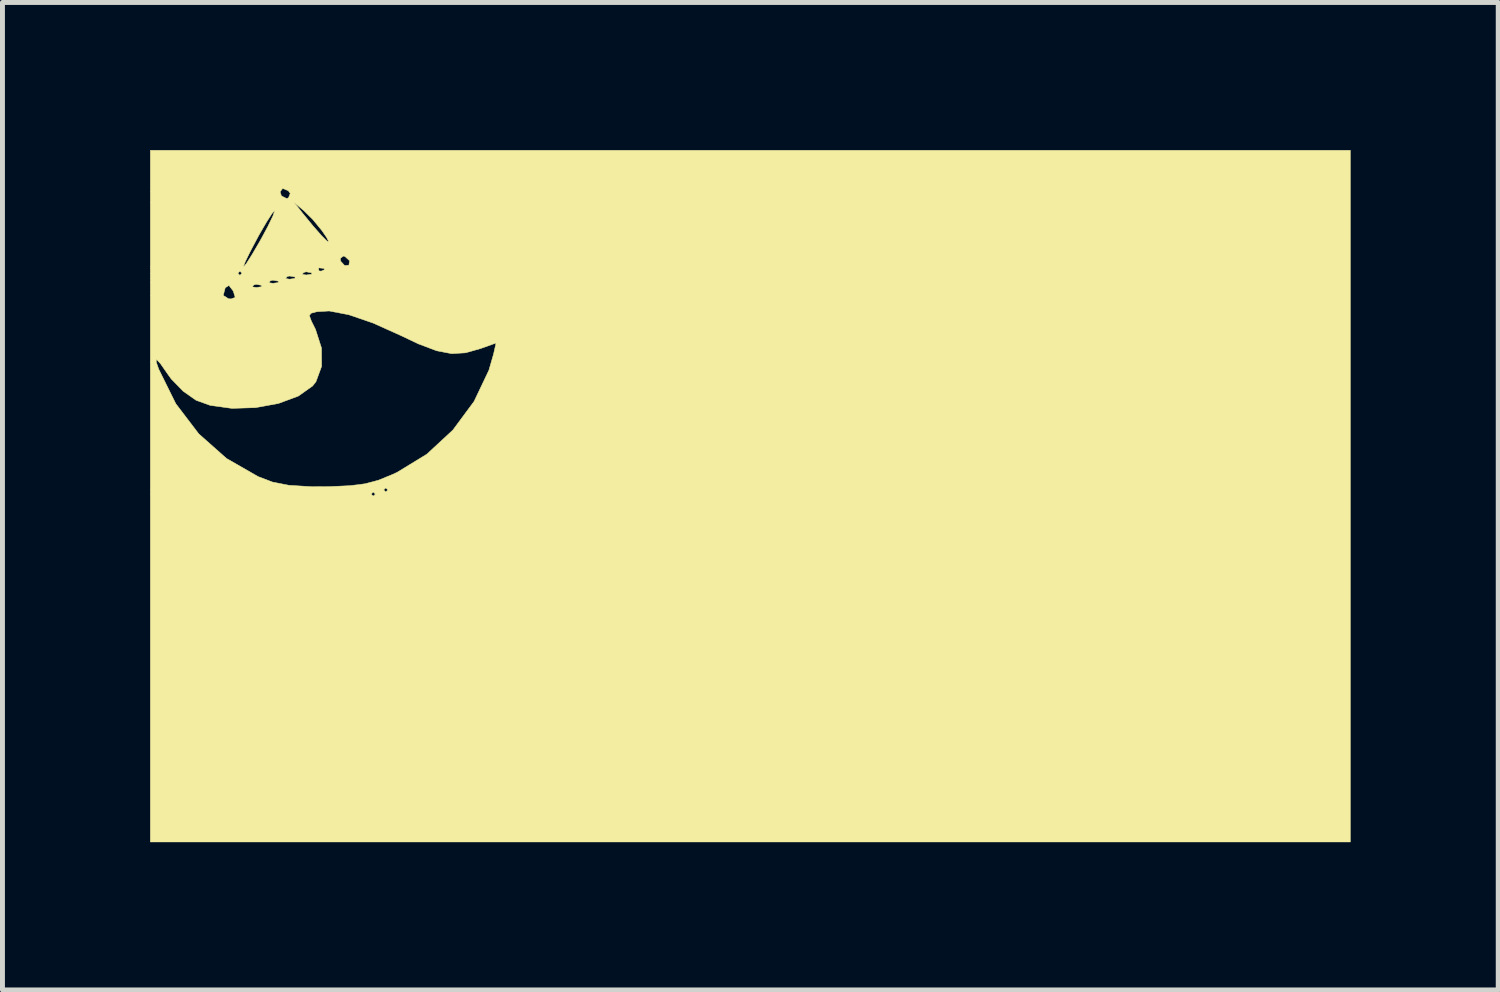
<source format=kicad_pcb>
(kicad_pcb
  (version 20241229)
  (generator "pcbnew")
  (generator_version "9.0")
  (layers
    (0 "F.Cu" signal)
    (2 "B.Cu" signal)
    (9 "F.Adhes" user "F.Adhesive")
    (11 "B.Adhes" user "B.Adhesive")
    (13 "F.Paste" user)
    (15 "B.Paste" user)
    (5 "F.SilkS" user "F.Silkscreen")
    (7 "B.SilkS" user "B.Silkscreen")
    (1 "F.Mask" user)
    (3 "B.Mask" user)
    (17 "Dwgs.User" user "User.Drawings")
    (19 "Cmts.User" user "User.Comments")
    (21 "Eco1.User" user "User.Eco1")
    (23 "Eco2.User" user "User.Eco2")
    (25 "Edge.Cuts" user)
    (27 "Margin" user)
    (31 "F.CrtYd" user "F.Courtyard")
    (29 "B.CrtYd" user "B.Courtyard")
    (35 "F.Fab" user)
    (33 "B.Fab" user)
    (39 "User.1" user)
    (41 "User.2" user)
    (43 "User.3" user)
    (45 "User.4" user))
  (footprint "decor"
    (layer "F.Cu")
    (at 12.197 7.032)
    (property "Reference" "decor" (at 0 0 0) (layer "F.SilkS") (effects (font (size 1.524 1.524) (thickness 0.3))))
    (attr through_hole)
    (fp_poly (pts (xy 12.192 7.027) (xy -12.192 7.027) (xy -12.192 -0.042) (xy -7.705 -0.042) (xy -7.662 0) (xy -7.62 -0.042) (xy -7.662 -0.085) (xy -7.705 -0.042) (xy -12.192 -0.042) (xy -12.192 -0.127) (xy -7.451 -0.127) (xy -7.408 -0.085) (xy -7.366 -0.127) (xy -7.408 -0.169) (xy -7.451 -0.127) (xy -12.192 -0.127) (xy -12.192 -2.726) (xy -12.072 -2.726) (xy -12.024 -2.585) (xy -11.675 -1.879) (xy -11.208 -1.266) (xy -10.644 -0.766) (xy -10.004 -0.399) (xy -9.712 -0.287) (xy -9.379 -0.221) (xy -8.913 -0.192) (xy -8.551 -0.194) (xy -8.136 -0.213) (xy -7.827 -0.252) (xy -7.56 -0.323) (xy -7.271 -0.441) (xy -7.176 -0.485) (xy -6.574 -0.853) (xy -6.044 -1.344) (xy -5.614 -1.925) (xy -5.312 -2.56) (xy -5.217 -2.89) (xy -5.167 -3.112) (xy -5.483 -2.999) (xy -5.787 -2.913) (xy -6.069 -2.896) (xy -6.373 -2.954) (xy -6.742 -3.093) (xy -7.098 -3.262) (xy -7.667 -3.518) (xy -8.16 -3.687) (xy -8.558 -3.763) (xy -8.812 -3.748) (xy -8.926 -3.717) (xy -8.961 -3.67) (xy -8.92 -3.557) (xy -8.836 -3.389) (xy -8.714 -3.009) (xy -8.712 -2.638) (xy -8.827 -2.325) (xy -8.895 -2.239) (xy -9.186 -2.033) (xy -9.589 -1.884) (xy -10.055 -1.799) (xy -10.534 -1.784) (xy -10.976 -1.845) (xy -11.264 -1.949) (xy -11.525 -2.133) (xy -11.767 -2.381) (xy -11.822 -2.457) (xy -11.985 -2.691) (xy -12.067 -2.78) (xy -12.072 -2.726) (xy -12.192 -2.726) (xy -12.192 -4.079) (xy -10.711 -4.079) (xy -10.602 -4.011) (xy -10.549 -4.008) (xy -10.468 -4.039) (xy -10.504 -4.158) (xy -10.512 -4.174) (xy -10.573 -4.254) (xy -10.123 -4.254) (xy -10.04 -4.24) (xy -9.93 -4.256) (xy -9.929 -4.284) (xy -10.042 -4.305) (xy -10.091 -4.291) (xy -10.123 -4.254) (xy -10.573 -4.254) (xy -10.594 -4.282) (xy -10.664 -4.239) (xy -10.672 -4.228) (xy -10.711 -4.079) (xy -12.192 -4.079) (xy -12.192 -4.338) (xy -9.785 -4.338) (xy -9.701 -4.325) (xy -9.592 -4.34) (xy -9.59 -4.369) (xy -9.704 -4.389) (xy -9.753 -4.376) (xy -9.785 -4.338) (xy -12.192 -4.338) (xy -12.192 -4.423) (xy -9.446 -4.423) (xy -9.363 -4.409) (xy -9.253 -4.425) (xy -9.252 -4.454) (xy -9.365 -4.474) (xy -9.414 -4.461) (xy -9.446 -4.423) (xy -12.192 -4.423) (xy -12.192 -4.53) (xy -10.414 -4.53) (xy -10.372 -4.487) (xy -10.351 -4.508) (xy -9.107 -4.508) (xy -9.024 -4.494) (xy -8.914 -4.51) (xy -8.913 -4.538) (xy -9.026 -4.559) (xy -9.075 -4.545) (xy -9.107 -4.508) (xy -10.351 -4.508) (xy -10.329 -4.53) (xy -10.372 -4.572) (xy -10.414 -4.53) (xy -12.192 -4.53) (xy -12.192 -4.628) (xy -8.777 -4.628) (xy -8.765 -4.578) (xy -8.721 -4.572) (xy -8.651 -4.603) (xy -8.664 -4.628) (xy -8.765 -4.639) (xy -8.777 -4.628) (xy -12.192 -4.628) (xy -12.192 -4.662) (xy -10.302 -4.662) (xy -10.299 -4.657) (xy -10.242 -4.725) (xy -10.174 -4.832) (xy -8.333 -4.832) (xy -8.323 -4.772) (xy -8.243 -4.686) (xy -8.158 -4.693) (xy -8.143 -4.784) (xy -8.24 -4.872) (xy -8.27 -4.879) (xy -8.333 -4.832) (xy -10.174 -4.832) (xy -10.127 -4.906) (xy -9.977 -5.162) (xy -9.948 -5.213) (xy -9.803 -5.483) (xy -9.703 -5.69) (xy -9.665 -5.795) (xy -9.667 -5.8) (xy -9.718 -5.746) (xy -9.828 -5.576) (xy -9.975 -5.323) (xy -10.018 -5.244) (xy -10.163 -4.97) (xy -10.263 -4.765) (xy -10.302 -4.662) (xy -12.192 -4.662) (xy -12.192 -5.969) (xy -9.271 -5.969) (xy -9.104 -5.757) (xy -8.888 -5.493) (xy -8.717 -5.298) (xy -8.605 -5.185) (xy -8.565 -5.168) (xy -8.611 -5.258) (xy -8.706 -5.397) (xy -8.89 -5.621) (xy -9.071 -5.8) (xy -9.271 -5.969) (xy -12.192 -5.969) (xy -12.192 -6.184) (xy -9.555 -6.184) (xy -9.528 -6.1) (xy -9.422 -6.048) (xy -9.385 -6.062) (xy -9.349 -6.152) (xy -9.389 -6.206) (xy -9.503 -6.254) (xy -9.555 -6.184) (xy -12.192 -6.184) (xy -12.192 -7.027) (xy 12.192 -7.027) (xy 12.192 7.027)) (stroke (width 0.01) (type solid)) (fill yes) (layer "F.SilkS")))
  (gr_rect
    (start -3 -3)
    (end 27.394 17.065)
    (stroke (width 0.1) (type default))
    (fill no)
    (layer "Edge.Cuts")))
</source>
